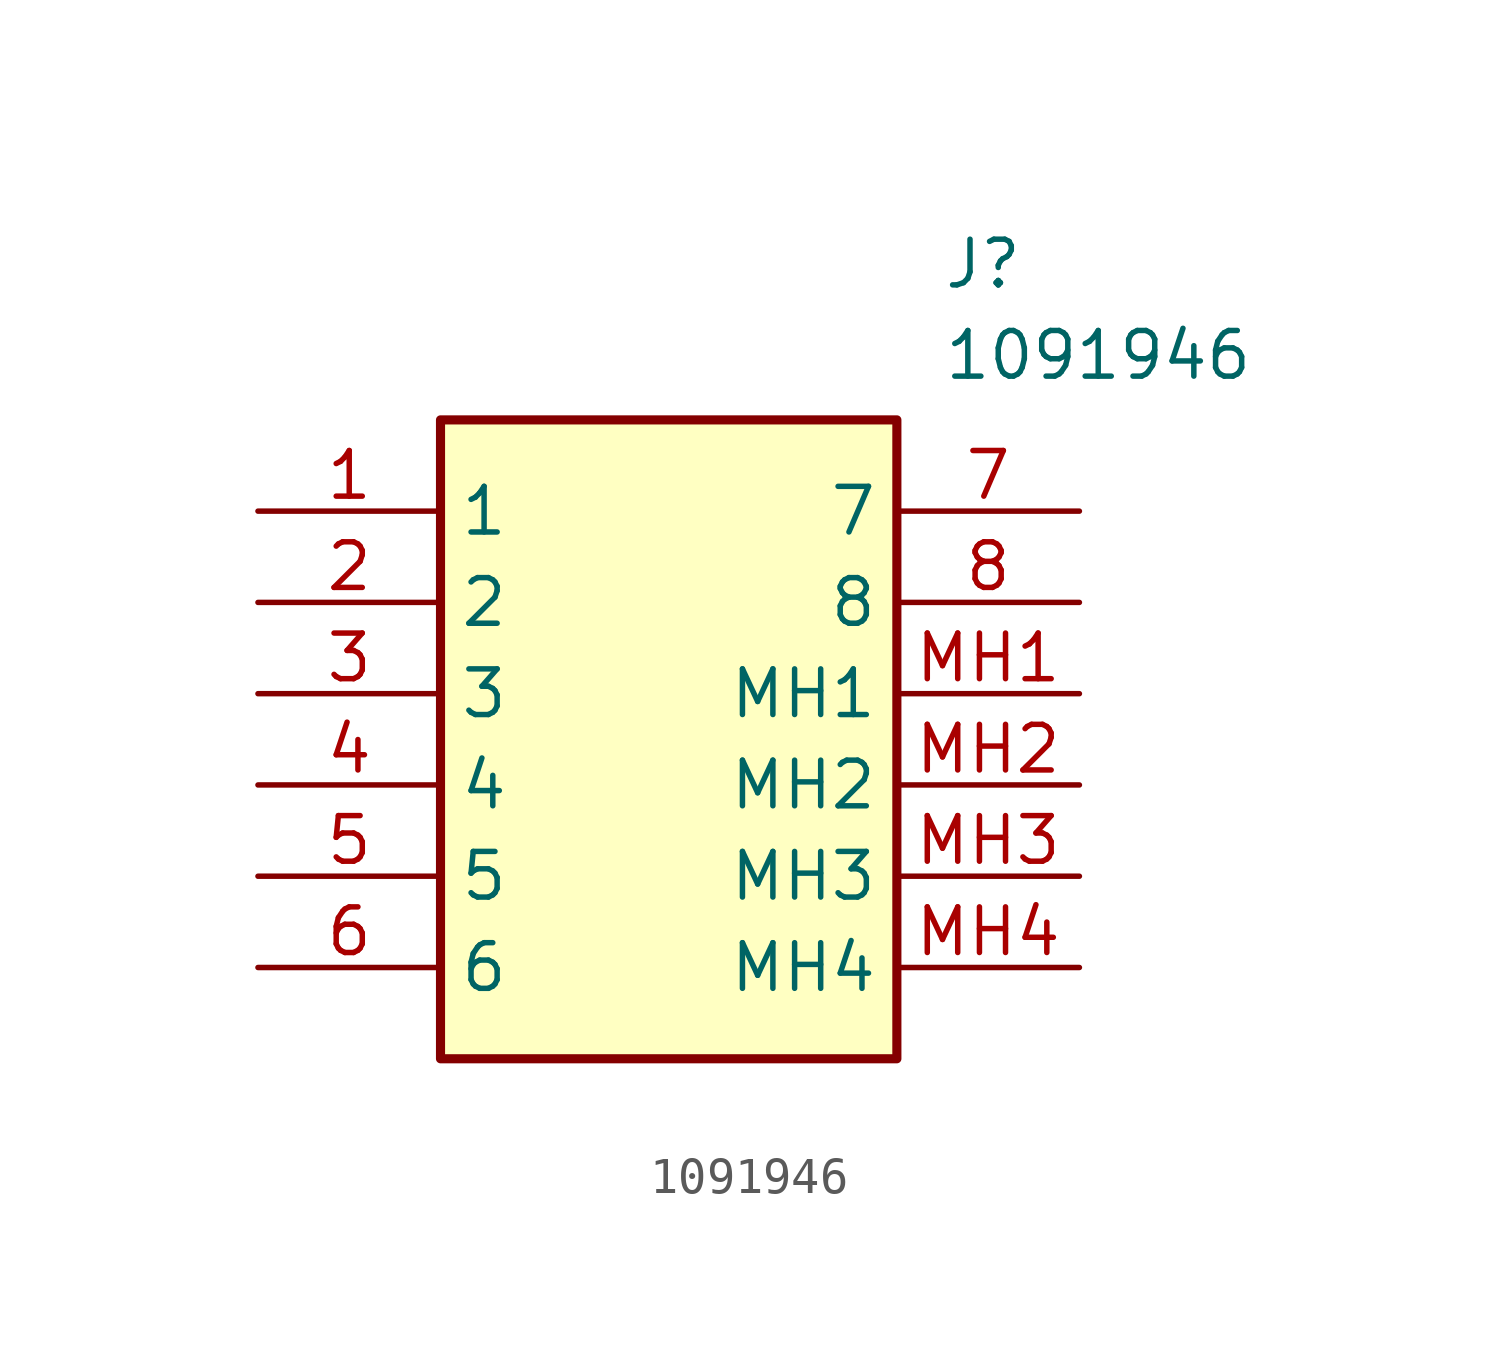
<source format=kicad_sym>
(kicad_symbol_lib
  (version 20211014)
  (generator SamacSys_ECAD_Model)
  (symbol "1091946"
    (property "Reference" "J"
      (at 19.05 7.62 0)
      (effects (font (size 1.27 1.27)) (justify left top)))
    (property "Value" "1091946"
      (at 19.05 5.08 0)
      (effects (font (size 1.27 1.27)) (justify left top)))
    (rectangle
      (start 5.08 2.54)
      (end 17.78 -15.24)
      (stroke (width 0.254) (type default))
      (fill (type background)))
    (pin passive line
      (at 0 0 0)
      (length 5.08)
      (name "1" (effects (font (size 1.27 1.27))))
      (number "1" (effects (font (size 1.27 1.27)))))
    (pin passive line
      (at 0 -2.54 0)
      (length 5.08)
      (name "2" (effects (font (size 1.27 1.27))))
      (number "2" (effects (font (size 1.27 1.27)))))
    (pin passive line
      (at 0 -5.08 0)
      (length 5.08)
      (name "3" (effects (font (size 1.27 1.27))))
      (number "3" (effects (font (size 1.27 1.27)))))
    (pin passive line
      (at 0 -7.62 0)
      (length 5.08)
      (name "4" (effects (font (size 1.27 1.27))))
      (number "4" (effects (font (size 1.27 1.27)))))
    (pin passive line
      (at 0 -10.16 0)
      (length 5.08)
      (name "5" (effects (font (size 1.27 1.27))))
      (number "5" (effects (font (size 1.27 1.27)))))
    (pin passive line
      (at 0 -12.7 0)
      (length 5.08)
      (name "6" (effects (font (size 1.27 1.27))))
      (number "6" (effects (font (size 1.27 1.27)))))
    (pin passive line
      (at 22.86 0 180)
      (length 5.08)
      (name "7" (effects (font (size 1.27 1.27))))
      (number "7" (effects (font (size 1.27 1.27)))))
    (pin passive line
      (at 22.86 -2.54 180)
      (length 5.08)
      (name "8" (effects (font (size 1.27 1.27))))
      (number "8" (effects (font (size 1.27 1.27)))))
    (pin passive line
      (at 22.86 -5.08 180)
      (length 5.08)
      (name "MH1" (effects (font (size 1.27 1.27))))
      (number "MH1" (effects (font (size 1.27 1.27)))))
    (pin passive line
      (at 22.86 -7.62 180)
      (length 5.08)
      (name "MH2" (effects (font (size 1.27 1.27))))
      (number "MH2" (effects (font (size 1.27 1.27)))))
    (pin passive line
      (at 22.86 -10.16 180)
      (length 5.08)
      (name "MH3" (effects (font (size 1.27 1.27))))
      (number "MH3" (effects (font (size 1.27 1.27)))))
    (pin passive line
      (at 22.86 -12.7 180)
      (length 5.08)
      (name "MH4" (effects (font (size 1.27 1.27))))
      (number "MH4" (effects (font (size 1.27 1.27)))))))
</source>
